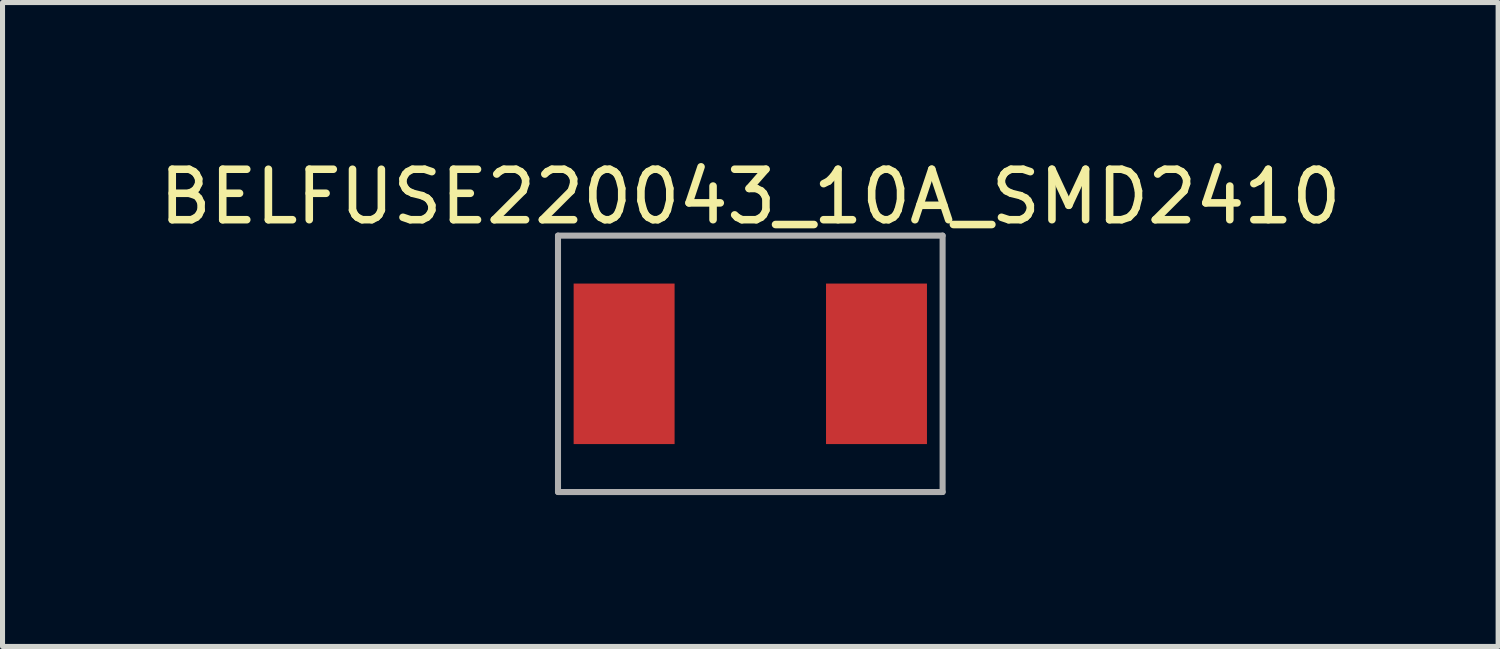
<source format=kicad_pcb>
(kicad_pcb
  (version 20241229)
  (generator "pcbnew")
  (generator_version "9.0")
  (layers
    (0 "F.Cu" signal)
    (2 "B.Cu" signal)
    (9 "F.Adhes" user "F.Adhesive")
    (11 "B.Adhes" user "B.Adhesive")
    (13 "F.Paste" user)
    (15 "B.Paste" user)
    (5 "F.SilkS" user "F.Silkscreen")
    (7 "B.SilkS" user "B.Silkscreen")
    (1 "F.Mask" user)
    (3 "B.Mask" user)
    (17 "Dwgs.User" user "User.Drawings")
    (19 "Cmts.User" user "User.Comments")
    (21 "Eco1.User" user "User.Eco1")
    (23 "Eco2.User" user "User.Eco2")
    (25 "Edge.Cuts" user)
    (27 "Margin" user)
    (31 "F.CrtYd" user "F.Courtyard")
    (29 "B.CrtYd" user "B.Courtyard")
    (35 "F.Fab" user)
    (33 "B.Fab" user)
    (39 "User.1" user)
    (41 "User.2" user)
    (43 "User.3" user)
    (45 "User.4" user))
  (footprint "BELFUSE220043_10A_SMD2410"
    (layer "F.Cu")
    (at 11.815 0.348)
    (property "Reference" "BELFUSE220043_10A_SMD2410" (at 0 0.5 0) (layer "F.SilkS") (effects (font (size 1 1) (thickness 0.15))))
    (attr through_hole)
    (fp_line (start -3.81 1.27) (end 3.81 1.27) (stroke (width 0.12) (type solid)) (layer "F.Fab"))
    (fp_line (start -3.81 6.35) (end -3.81 1.27) (stroke (width 0.12) (type solid)) (layer "F.Fab"))
    (fp_line (start 3.81 1.27) (end 3.81 6.35) (stroke (width 0.12) (type solid)) (layer "F.Fab"))
    (fp_line (start 3.81 6.35) (end -3.81 6.35) (stroke (width 0.12) (type solid)) (layer "F.Fab"))
    (pad "1" smd rect (at -2.5 3.81) (size 2 3.18) (layers "F.Cu" "F.Mask" "F.Paste"))
    (pad "2" smd rect (at 2.5 3.81) (size 2 3.18) (layers "F.Cu" "F.Mask" "F.Paste")))
  (gr_rect
    (start -3 -3)
    (end 26.631 9.758)
    (stroke (width 0.1) (type default))
    (fill no)
    (layer "Edge.Cuts")))
</source>
